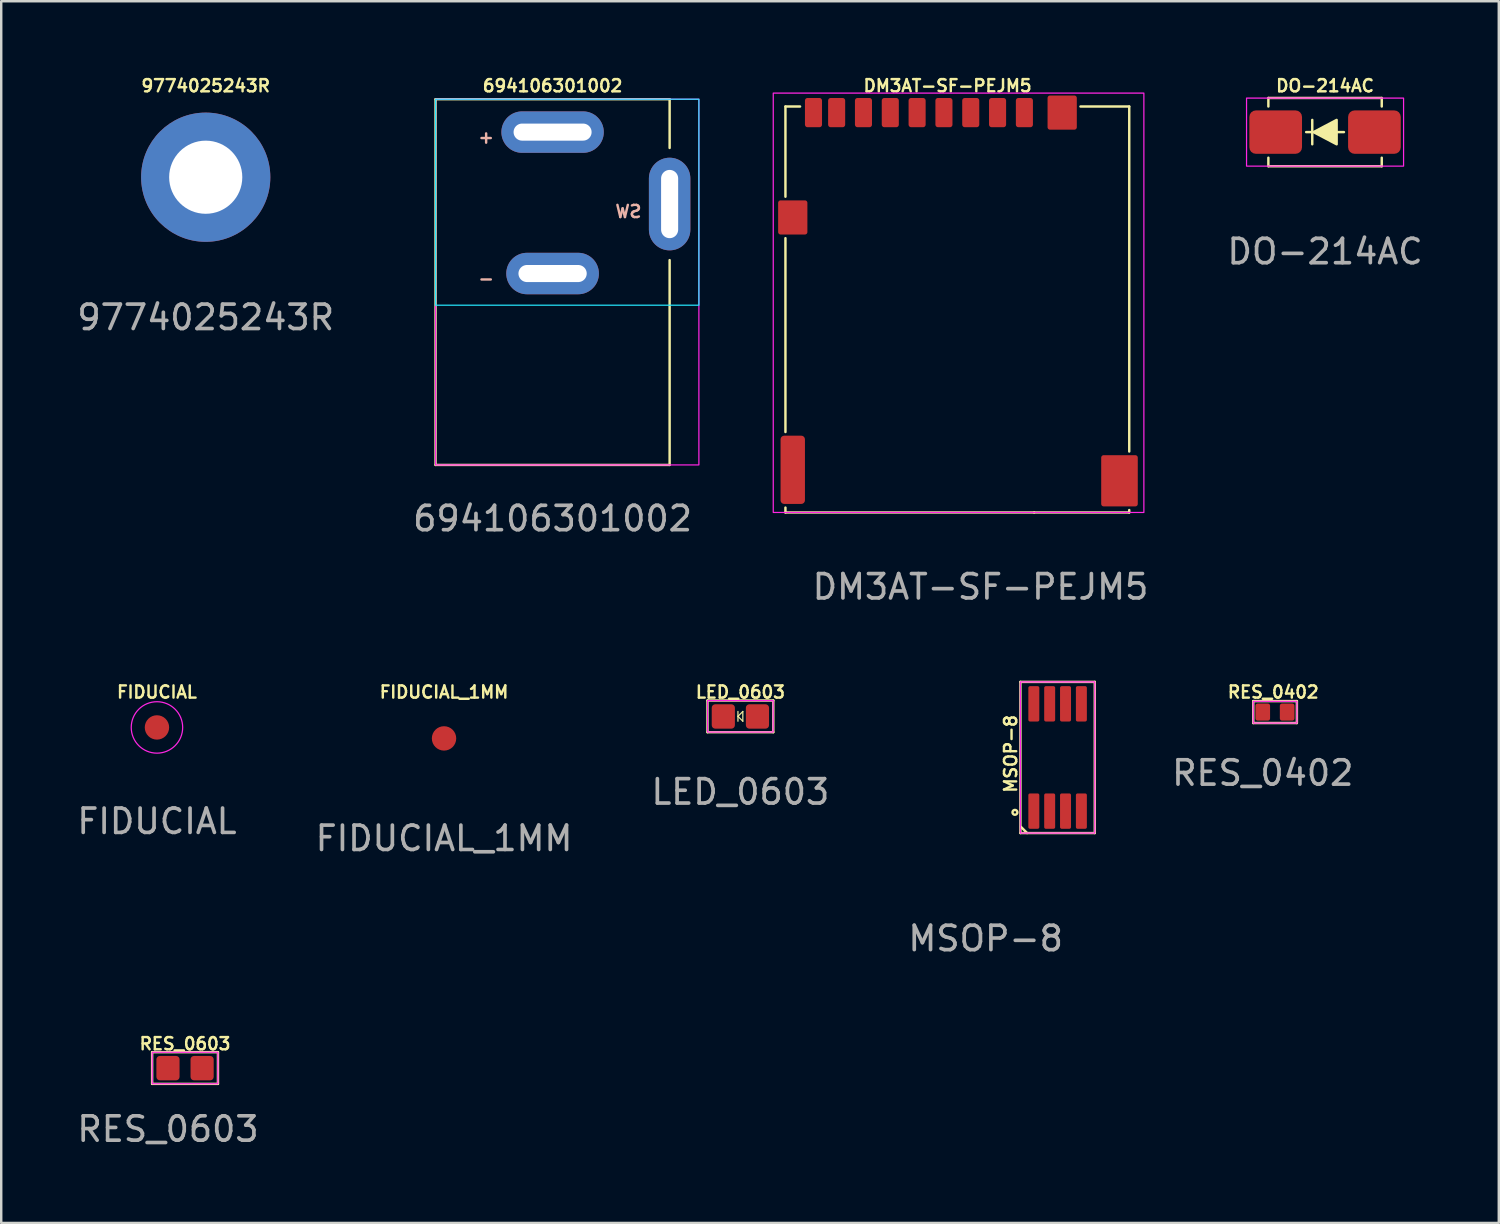
<source format=kicad_pcb>
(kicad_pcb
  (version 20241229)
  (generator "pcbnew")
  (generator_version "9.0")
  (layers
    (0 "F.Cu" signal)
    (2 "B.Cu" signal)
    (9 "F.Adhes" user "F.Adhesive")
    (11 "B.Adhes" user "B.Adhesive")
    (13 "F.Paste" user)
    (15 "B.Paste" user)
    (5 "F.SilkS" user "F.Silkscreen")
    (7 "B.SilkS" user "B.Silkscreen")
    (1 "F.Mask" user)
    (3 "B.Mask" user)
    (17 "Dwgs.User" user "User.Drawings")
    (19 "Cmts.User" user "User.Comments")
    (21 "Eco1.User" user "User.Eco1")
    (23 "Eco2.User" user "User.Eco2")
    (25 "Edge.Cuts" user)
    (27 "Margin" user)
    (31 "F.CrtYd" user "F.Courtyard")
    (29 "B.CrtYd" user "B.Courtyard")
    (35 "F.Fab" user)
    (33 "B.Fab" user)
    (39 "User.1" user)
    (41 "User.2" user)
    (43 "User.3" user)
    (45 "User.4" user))
  (footprint "DO-214AC"
    (layer "F.Cu")
    (at 51.294 2.368)
    (property "Reference" "DO-214AC" (at 0 -1.9 0) (unlocked yes) (layer "F.SilkS") (effects (font (size 0.5 0.5) (thickness 0.1))))
    (attr smd)
    (fp_line (start -2.325 -1.4) (end 2.325 -1.4) (stroke (width 0.1) (type default)) (layer "F.SilkS"))
    (fp_line (start -2.325 -1.05) (end -2.325 -1.4) (stroke (width 0.1) (type default)) (layer "F.SilkS"))
    (fp_line (start -2.325 1.05) (end -2.325 1.4) (stroke (width 0.1) (type default)) (layer "F.SilkS"))
    (fp_line (start -0.775 0) (end -0.525 0) (stroke (width 0.1) (type default)) (layer "F.SilkS"))
    (fp_line (start -0.525 -0.5) (end -0.525 0) (stroke (width 0.1) (type default)) (layer "F.SilkS"))
    (fp_line (start -0.525 0.5) (end -0.525 0) (stroke (width 0.1) (type default)) (layer "F.SilkS"))
    (fp_line (start 0.275 0) (end 0.775 0) (stroke (width 0.1) (type default)) (layer "F.SilkS"))
    (fp_line (start 2.325 -1.05) (end 2.325 -1.4) (stroke (width 0.1) (type default)) (layer "F.SilkS"))
    (fp_line (start 2.325 1.05) (end 2.325 1.4) (stroke (width 0.1) (type default)) (layer "F.SilkS"))
    (fp_line (start 2.325 1.4) (end -2.325 1.4) (stroke (width 0.1) (type default)) (layer "F.SilkS"))
    (fp_poly (pts (xy 0.475 -0.5) (xy -0.475 0) (xy 0.475 0.5)) (stroke (width 0.1) (type solid)) (fill yes) (layer "F.SilkS"))
    (fp_rect (start -3.22 -1.395) (end 3.22 1.395) (stroke (width 0.05) (type default)) (fill no) (layer "F.CrtYd"))
    (fp_text user "${REFERENCE}" (at 0 4.9 0) (unlocked yes) (layer "F.Fab") (effects (font (size 1 1) (thickness 0.15))))
    (pad "1" smd roundrect (at -2.025 0) (size 2.16 1.78) (layers "F.Cu" "F.Mask" "F.Paste") (roundrect_rratio 0.15))
    (pad "2" smd roundrect (at 2.025 0) (size 2.16 1.78) (layers "F.Cu" "F.Mask" "F.Paste") (roundrect_rratio 0.15)))
  (footprint "RES_0402"
    (layer "F.Cu")
    (at 49.244 26.159)
    (property "Reference" "RES_0402" (at -0.075 -0.825 0) (unlocked yes) (layer "F.SilkS") (effects (font (size 0.5 0.5) (thickness 0.1))))
    (attr smd)
    (fp_line (start -0.895 -0.455) (end 0.895 -0.455) (stroke (width 0.1) (type default)) (layer "F.SilkS"))
    (fp_line (start -0.895 0.445) (end -0.895 -0.455) (stroke (width 0.1) (type default)) (layer "F.SilkS"))
    (fp_line (start 0.89 0.445) (end -0.895 0.445) (stroke (width 0.1) (type default)) (layer "F.SilkS"))
    (fp_line (start 0.895 -0.455) (end 0.895 0.445) (stroke (width 0.1) (type default)) (layer "F.SilkS"))
    (fp_rect (start -0.895 -0.445) (end 0.895 0.445) (stroke (width 0.05) (type default)) (fill no) (layer "F.CrtYd"))
    (fp_text user "${REFERENCE}" (at -0.505 2.495 0) (unlocked yes) (layer "F.Fab") (effects (font (size 1 1) (thickness 0.15))))
    (pad "1" smd roundrect (at -0.505 -0.005) (size 0.6 0.7) (layers "F.Cu" "F.Mask" "F.Paste") (roundrect_rratio 0.15))
    (pad "2" smd roundrect (at 0.495 -0.005) (size 0.6 0.7) (layers "F.Cu" "F.Mask" "F.Paste") (roundrect_rratio 0.15)))
  (footprint "FIDUCIAL"
    (layer "F.Cu")
    (at 3.387 26.784)
    (property "Reference" "FIDUCIAL" (at 0 -1.45 0) (unlocked yes) (layer "F.SilkS") (effects (font (size 0.5 0.5) (thickness 0.1))))
    (attr smd)
    (fp_circle (center 0 0) (end 0.9 0.55) (stroke (width 0.05) (type default)) (fill no) (layer "F.CrtYd"))
    (fp_text user "${REFERENCE}" (at 0 3.85 0) (unlocked yes) (layer "F.Fab") (effects (font (size 1 1) (thickness 0.15))))
    (pad "1" smd circle (at 0 0) (size 1 1) (layers "F.Cu" "F.Mask")))
  (footprint "DM3AT-SF-PEJM5"
    (layer "F.Cu")
    (at 36.263 9.368)
    (property "Reference" "DM3AT-SF-PEJM5" (at -0.45 -8.9 0) (unlocked yes) (layer "F.SilkS") (effects (font (size 0.5 0.5) (thickness 0.1))))
    (attr smd)
    (fp_rect (start -7.3 -4.1) (end -6.3 -2.9) (stroke (width 0.2) (type solid)) (fill yes) (layer "F.Cu"))
    (fp_rect (start 3.75 -8.4) (end 4.75 -7.2) (stroke (width 0.2) (type solid)) (fill yes) (layer "F.Cu"))
    (fp_rect (start 5.95 6.35) (end 7.25 8.25) (stroke (width 0.2) (type solid)) (fill yes) (layer "F.Cu"))
    (fp_rect (start -7.4 -4.2) (end -6.2 -2.8) (stroke (width 0.1) (type solid)) (fill yes) (layer "F.Mask"))
    (fp_rect (start 3.65 -8.5) (end 4.85 -7.1) (stroke (width 0.1) (type solid)) (fill yes) (layer "F.Mask"))
    (fp_rect (start 5.85 6.25) (end 7.35 8.35) (stroke (width 0.1) (type solid)) (fill yes) (layer "F.Mask"))
    (fp_line (start -7.1 -8.05) (end -7.1 -4.35) (stroke (width 0.1) (type default)) (layer "F.SilkS"))
    (fp_line (start -7.1 -2.65) (end -7.1 5.3) (stroke (width 0.1) (type default)) (layer "F.SilkS"))
    (fp_line (start -7.1 8.4) (end -7.1 8.6) (stroke (width 0.1) (type default)) (layer "F.SilkS"))
    (fp_line (start -7.1 8.6) (end 3.1 8.6) (stroke (width 0.1) (type default)) (layer "F.SilkS"))
    (fp_line (start -6.5 -8.05) (end -7.1 -8.05) (stroke (width 0.1) (type default)) (layer "F.SilkS"))
    (fp_line (start 3.1 8.6) (end 7 8.6) (stroke (width 0.1) (type default)) (layer "F.SilkS"))
    (fp_line (start 5 -8.05) (end 7 -8.05) (stroke (width 0.1) (type default)) (layer "F.SilkS"))
    (fp_line (start 7 -8.05) (end 7 6.1) (stroke (width 0.1) (type default)) (layer "F.SilkS"))
    (fp_line (start 7 8.5) (end 7 8.6) (stroke (width 0.1) (type default)) (layer "F.SilkS"))
    (fp_rect (start -7.3 -4.1) (end -6.3 -2.9) (stroke (width 0.1) (type solid)) (fill yes) (layer "F.Paste"))
    (fp_rect (start 3.75 -8.4) (end 4.75 -7.2) (stroke (width 0.1) (type solid)) (fill yes) (layer "F.Paste"))
    (fp_rect (start 5.95 6.35) (end 7.25 8.25) (stroke (width 0.1) (type solid)) (fill yes) (layer "F.Paste"))
    (fp_rect (start -7.6 -8.6) (end 7.6 8.6) (stroke (width 0.05) (type default)) (fill no) (layer "F.CrtYd"))
    (fp_text user "${REFERENCE}" (at 0.9 11.65 0) (unlocked yes) (layer "F.Fab") (effects (font (size 1 1) (thickness 0.15))))
    (pad "1" smd roundrect (at 2.7 -7.8) (size 0.7 1.2) (layers "F.Cu" "F.Mask" "F.Paste") (roundrect_rratio 0.15))
    (pad "2" smd roundrect (at 1.6 -7.8) (size 0.7 1.2) (layers "F.Cu" "F.Mask" "F.Paste") (roundrect_rratio 0.15))
    (pad "3" smd roundrect (at 0.5 -7.8) (size 0.7 1.2) (layers "F.Cu" "F.Mask" "F.Paste") (roundrect_rratio 0.15))
    (pad "4" smd roundrect (at -0.6 -7.8) (size 0.7 1.2) (layers "F.Cu" "F.Mask" "F.Paste") (roundrect_rratio 0.15))
    (pad "5" smd roundrect (at -1.7 -7.8) (size 0.7 1.2) (layers "F.Cu" "F.Mask" "F.Paste") (roundrect_rratio 0.15))
    (pad "6" smd roundrect (at -2.8 -7.8) (size 0.7 1.2) (layers "F.Cu" "F.Mask" "F.Paste") (roundrect_rratio 0.15))
    (pad "7" smd roundrect (at -3.9 -7.8) (size 0.7 1.2) (layers "F.Cu" "F.Mask" "F.Paste") (roundrect_rratio 0.15))
    (pad "8" smd roundrect (at -5 -7.8) (size 0.7 1.2) (layers "F.Cu" "F.Mask" "F.Paste") (roundrect_rratio 0.15))
    (pad "9" smd roundrect (at -5.95 -7.8) (size 0.7 1.2) (layers "F.Cu" "F.Mask" "F.Paste") (roundrect_rratio 0.15))
    (pad "10" smd roundrect (at -6.8 6.85) (size 1 2.8) (layers "F.Cu" "F.Mask" "F.Paste") (roundrect_rratio 0.15)))
  (footprint "694106301002"
    (layer "F.Cu")
    (at 20.213 8.518)
    (property "Reference" "694106301002" (at -0.6 -8.05 0) (unlocked yes) (layer "F.SilkS") (effects (font (size 0.5 0.5) (thickness 0.1))))
    (attr smd)
    (fp_line (start -5.4 -7.5) (end 4.2 -7.5) (stroke (width 0.1) (type default)) (layer "F.SilkS"))
    (fp_line (start -5.4 7.5) (end -5.4 -7.5) (stroke (width 0.1) (type default)) (layer "F.SilkS"))
    (fp_line (start 4.2 -7.5) (end 4.2 -5.5) (stroke (width 0.1) (type default)) (layer "F.SilkS"))
    (fp_line (start 4.2 -0.9) (end 4.2 7.5) (stroke (width 0.1) (type default)) (layer "F.SilkS"))
    (fp_line (start 4.2 7.5) (end -5.4 7.5) (stroke (width 0.1) (type default)) (layer "F.SilkS"))
    (fp_rect (start -5.4 -7.5) (end 5.4 0.95) (stroke (width 0.05) (type default)) (fill no) (layer "B.CrtYd"))
    (fp_rect (start -5.4 -7.5) (end 5.4 7.5) (stroke (width 0.05) (type default)) (fill no) (layer "F.CrtYd"))
    (fp_text user "+" (at -2.95 -5.65 0) (unlocked yes) (layer "B.SilkS") (effects (font (size 0.5 0.5) (thickness 0.1)) (justify left bottom mirror)))
    (fp_text user "SW" (at 3.1 -2.6 0) (unlocked yes) (layer "B.SilkS") (effects (font (size 0.5 0.5) (thickness 0.1)) (justify left bottom mirror)))
    (fp_text user "-" (at -2.95 0.15 0) (unlocked yes) (layer "B.SilkS") (effects (font (size 0.5 0.5) (thickness 0.1)) (justify left bottom mirror)))
    (fp_text user "${REFERENCE}" (at -0.6 9.7 0) (unlocked yes) (layer "F.Fab") (effects (font (size 1 1) (thickness 0.15))))
    (pad "1" thru_hole oval (at -0.6 -6.15) (size 4.2 1.7) (drill oval 3.2 0.7) (layers "*.Cu" "*.Mask"))
    (pad "2" thru_hole oval (at -0.6 -0.35) (size 3.8 1.7) (drill oval 2.8 0.7) (layers "*.Cu" "*.Mask"))
    (pad "3" thru_hole oval (at 4.2 -3.2) (size 1.7 3.8) (drill oval 0.7 2.8) (layers "*.Cu" "*.Mask")))
  (footprint "9774025243R"
    (layer "F.Cu")
    (at 5.387 4.218)
    (property "Reference" "9774025243R" (at 0 -3.75 0) (unlocked yes) (layer "F.SilkS") (effects (font (size 0.5 0.5) (thickness 0.1))))
    (attr smd)
    (fp_text user "${REFERENCE}" (at 0 5.75 0) (unlocked yes) (layer "F.Fab") (effects (font (size 1 1) (thickness 0.15))))
    (pad "1" thru_hole circle (at 0 0) (size 5.3 5.3) (drill 3) (layers "*.Cu" "*.Mask" "F.Paste")))
  (footprint "LED_0603"
    (layer "F.Cu")
    (at 27.315 26.329)
    (property "Reference" "LED_0603" (at 0 -0.995 0) (unlocked yes) (layer "F.SilkS") (effects (font (size 0.5 0.5) (thickness 0.1))))
    (attr smd)
    (fp_line (start -1.35 -0.65) (end 1.35 -0.65) (stroke (width 0.1) (type default)) (layer "F.SilkS"))
    (fp_line (start -1.35 0.65) (end -1.35 -0.65) (stroke (width 0.1) (type default)) (layer "F.SilkS"))
    (fp_line (start -0.1 -0.2) (end -0.1 0.2) (stroke (width 0.05) (type solid)) (layer "F.SilkS"))
    (fp_line (start -0.1 0) (end 0.1 -0.2) (stroke (width 0.05) (type solid)) (layer "F.SilkS"))
    (fp_line (start -0.1 0) (end 0.1 0.2) (stroke (width 0.05) (type solid)) (layer "F.SilkS"))
    (fp_line (start 0.1 -0.2) (end 0.1 0.2) (stroke (width 0.05) (type solid)) (layer "F.SilkS"))
    (fp_line (start 1.35 -0.65) (end 1.35 0.65) (stroke (width 0.1) (type default)) (layer "F.SilkS"))
    (fp_line (start 1.35 0.65) (end -1.35 0.65) (stroke (width 0.1) (type default)) (layer "F.SilkS"))
    (fp_rect (start -1.345 -0.645) (end 1.345 0.645) (stroke (width 0.05) (type default)) (fill no) (layer "F.CrtYd"))
    (fp_text user "${REFERENCE}" (at 0 3.1 0) (unlocked yes) (layer "F.Fab") (effects (font (size 1 1) (thickness 0.15))))
    (pad "1" smd roundrect (at -0.7 0.005) (size 0.95 1) (layers "F.Cu" "F.Mask" "F.Paste") (roundrect_rratio 0.15))
    (pad "2" smd roundrect (at 0.7 0.005) (size 0.95 1) (layers "F.Cu" "F.Mask" "F.Paste") (roundrect_rratio 0.15)))
  (footprint "RES_0603"
    (layer "F.Cu")
    (at 4.539 40.752)
    (property "Reference" "RES_0603" (at 0 -0.995 0) (unlocked yes) (layer "F.SilkS") (effects (font (size 0.5 0.5) (thickness 0.1))))
    (attr smd)
    (fp_line (start -1.35 -0.65) (end 1.35 -0.65) (stroke (width 0.1) (type default)) (layer "F.SilkS"))
    (fp_line (start -1.35 0.65) (end -1.35 -0.65) (stroke (width 0.1) (type default)) (layer "F.SilkS"))
    (fp_line (start 1.35 -0.65) (end 1.35 0.65) (stroke (width 0.1) (type default)) (layer "F.SilkS"))
    (fp_line (start 1.35 0.65) (end -1.35 0.65) (stroke (width 0.1) (type default)) (layer "F.SilkS"))
    (fp_rect (start -1.345 -0.645) (end 1.345 0.645) (stroke (width 0.05) (type default)) (fill no) (layer "F.CrtYd"))
    (fp_text user "${REFERENCE}" (at -0.7 2.505 0) (unlocked yes) (layer "F.Fab") (effects (font (size 1 1) (thickness 0.15))))
    (pad "1" smd roundrect (at -0.7 0.005) (size 0.95 1) (layers "F.Cu" "F.Mask" "F.Paste") (roundrect_rratio 0.15))
    (pad "2" smd roundrect (at 0.7 0.005) (size 0.95 1) (layers "F.Cu" "F.Mask" "F.Paste") (roundrect_rratio 0.15)))
  (footprint "FIDUCIAL_1MM"
    (layer "F.Cu")
    (at 15.161 27.234)
    (property "Reference" "FIDUCIAL_1MM" (at 0 -1.9 0) (unlocked yes) (layer "F.SilkS") (effects (font (size 0.5 0.5) (thickness 0.1))))
    (attr exclude_from_bom)
    (fp_text user "${REFERENCE}" (at 0 4.1 0) (unlocked yes) (layer "F.Fab") (effects (font (size 1 1) (thickness 0.15))))
    (pad "1" smd circle (at 0 0) (size 1 1) (layers "F.Cu" "F.Mask")))
  (footprint "MSOP-8"
    (layer "F.Cu")
    (at 40.325 28.016)
    (property "Reference" "MSOP-8" (at -1.925 -0.15 90) (unlocked yes) (layer "F.SilkS") (effects (font (size 0.5 0.5) (thickness 0.1))))
    (attr smd)
    (fp_line (start -1.525 -3.1) (end 1.525 -3.1) (stroke (width 0.1) (type default)) (layer "F.SilkS"))
    (fp_line (start -1.525 3.1) (end -1.525 -3.1) (stroke (width 0.1) (type default)) (layer "F.SilkS"))
    (fp_line (start -1.25 3.1) (end -1.5 2.85) (stroke (width 0.1) (type default)) (layer "F.SilkS"))
    (fp_line (start 1.525 -3.1) (end 1.525 3.1) (stroke (width 0.1) (type default)) (layer "F.SilkS"))
    (fp_line (start 1.525 3.1) (end -1.525 3.1) (stroke (width 0.1) (type default)) (layer "F.SilkS"))
    (fp_circle (center -1.75 2.25) (end -1.65 2.25) (stroke (width 0.1) (type default)) (fill no) (layer "F.SilkS"))
    (fp_rect (start -1.525 -3.1) (end 1.525 3.1) (stroke (width 0.05) (type default)) (fill no) (layer "F.CrtYd"))
    (fp_text user "${REFERENCE}" (at -2.95 7.425 0) (unlocked yes) (layer "F.Fab") (effects (font (size 1 1) (thickness 0.15))))
    (pad "1" smd roundrect (at -0.975 2.2) (size 0.45 1.45) (layers "F.Cu" "F.Mask" "F.Paste") (roundrect_rratio 0.15))
    (pad "2" smd roundrect (at -0.325 2.2) (size 0.45 1.45) (layers "F.Cu" "F.Mask" "F.Paste") (roundrect_rratio 0.15))
    (pad "3" smd roundrect (at 0.325 2.2) (size 0.45 1.45) (layers "F.Cu" "F.Mask" "F.Paste") (roundrect_rratio 0.15))
    (pad "4" smd roundrect (at 0.975 2.2) (size 0.45 1.45) (layers "F.Cu" "F.Mask" "F.Paste") (roundrect_rratio 0.15))
    (pad "5" smd roundrect (at 0.975 -2.2) (size 0.45 1.45) (layers "F.Cu" "F.Mask" "F.Paste") (roundrect_rratio 0.15))
    (pad "6" smd roundrect (at 0.325 -2.2) (size 0.45 1.45) (layers "F.Cu" "F.Mask" "F.Paste") (roundrect_rratio 0.15))
    (pad "7" smd roundrect (at -0.325 -2.2) (size 0.45 1.45) (layers "F.Cu" "F.Mask" "F.Paste") (roundrect_rratio 0.15))
    (pad "8" smd roundrect (at -0.975 -2.2) (size 0.45 1.45) (layers "F.Cu" "F.Mask" "F.Paste") (roundrect_rratio 0.15)))
  (gr_rect
    (start -3 -3)
    (end 58.419 47.106)
    (stroke (width 0.1) (type default))
    (fill no)
    (layer "Edge.Cuts")))
</source>
